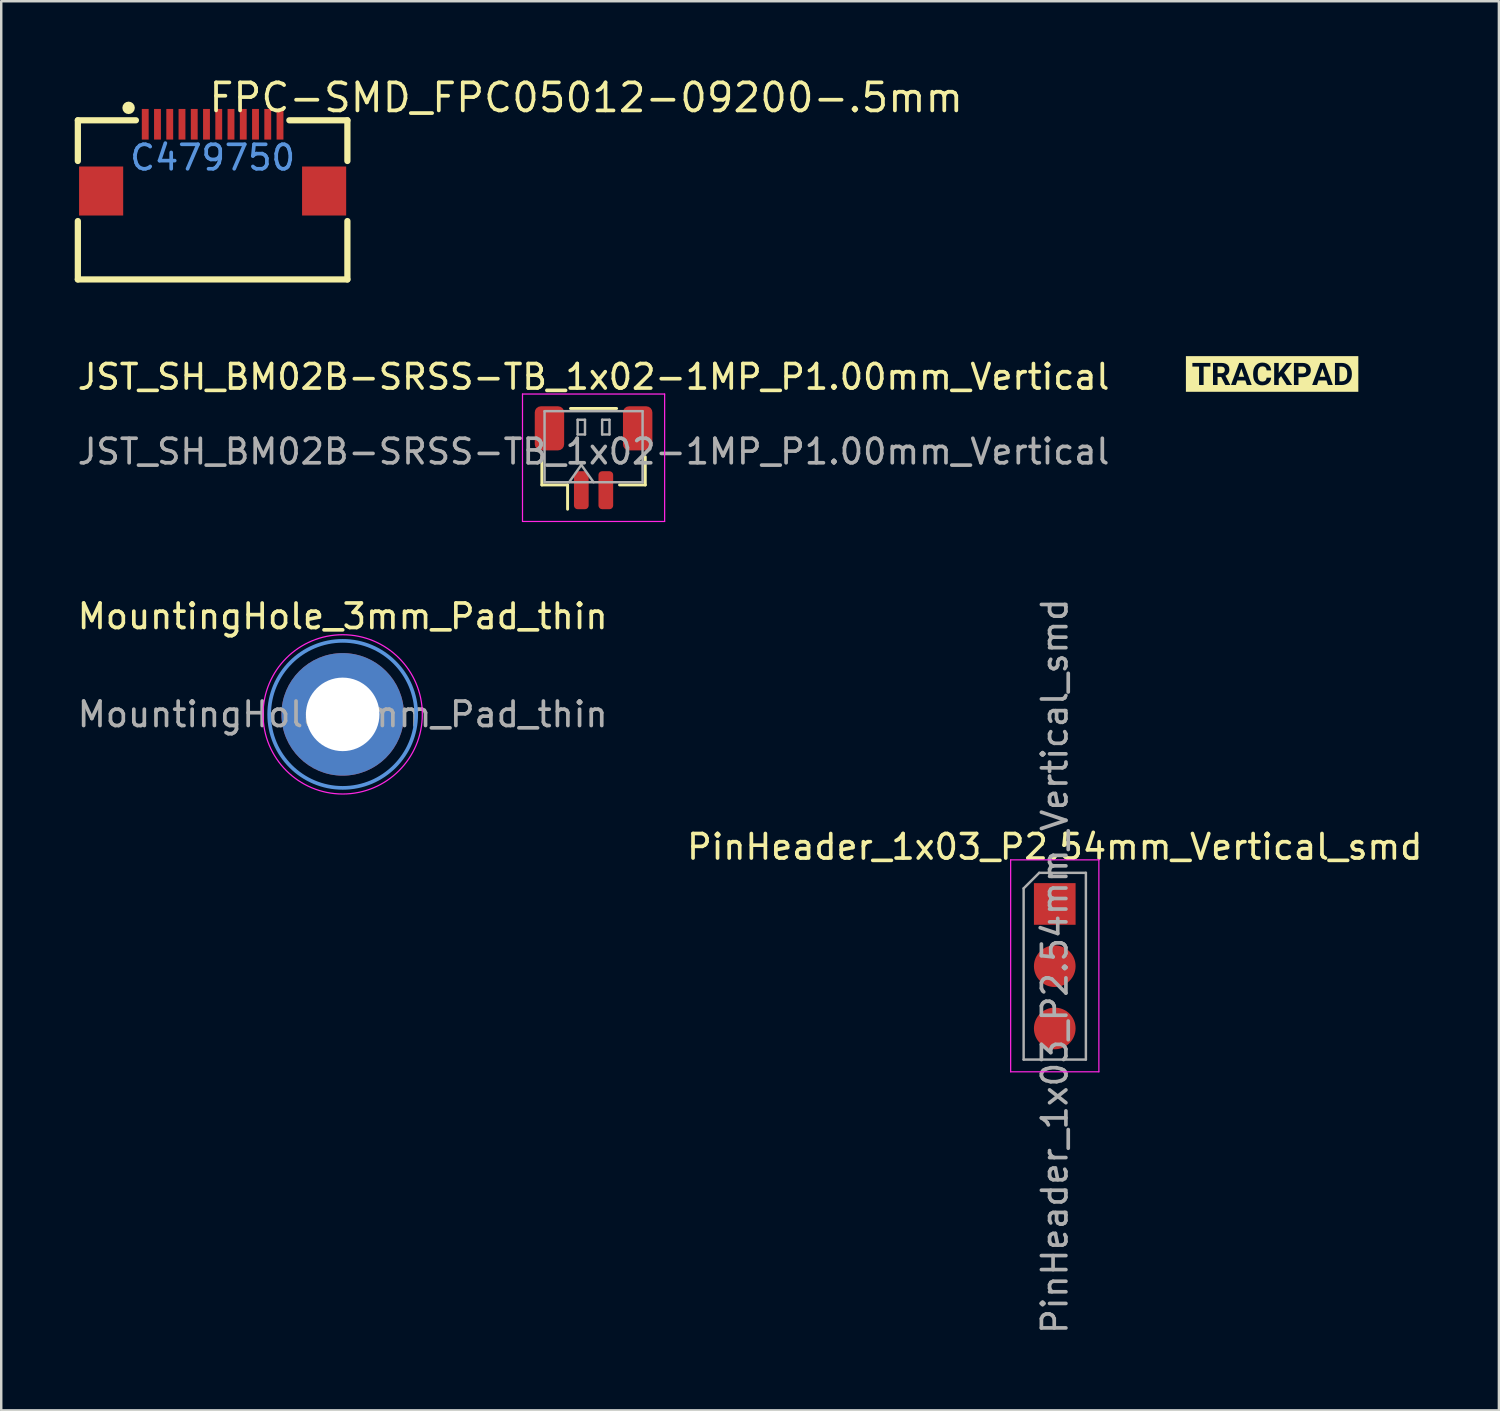
<source format=kicad_pcb>
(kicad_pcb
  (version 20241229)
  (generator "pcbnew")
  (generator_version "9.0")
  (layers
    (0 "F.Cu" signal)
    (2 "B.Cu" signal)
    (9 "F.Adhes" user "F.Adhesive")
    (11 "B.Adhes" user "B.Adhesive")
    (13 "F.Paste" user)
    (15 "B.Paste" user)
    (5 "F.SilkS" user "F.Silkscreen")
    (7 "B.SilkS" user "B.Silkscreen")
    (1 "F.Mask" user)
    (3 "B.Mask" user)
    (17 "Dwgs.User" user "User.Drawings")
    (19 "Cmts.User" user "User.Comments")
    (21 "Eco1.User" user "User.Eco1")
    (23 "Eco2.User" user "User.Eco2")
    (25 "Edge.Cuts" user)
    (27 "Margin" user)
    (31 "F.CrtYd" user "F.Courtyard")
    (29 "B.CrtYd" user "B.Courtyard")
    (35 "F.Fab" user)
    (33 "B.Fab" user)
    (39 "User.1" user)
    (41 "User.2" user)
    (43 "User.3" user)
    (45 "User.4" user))
  (footprint "JST_SH_BM02B-SRSS-TB_1x02-1MP_P1.00mm_Vertical"
    (layer "F.Cu")
    (at 21.173 15.63)
    (property "Reference" "JST_SH_BM02B-SRSS-TB_1x02-1MP_P1.00mm_Vertical" (at 0 -3.3 0) (layer "F.SilkS") (effects (font (size 1 1) (thickness 0.15))))
    (attr smd)
    (fp_line (start -2.11 -0.04) (end -2.11 1.11) (stroke (width 0.12) (type solid)) (layer "F.SilkS"))
    (fp_line (start -2.11 1.11) (end -1.06 1.11) (stroke (width 0.12) (type solid)) (layer "F.SilkS"))
    (fp_line (start -1.06 1.11) (end -1.06 2.1) (stroke (width 0.12) (type solid)) (layer "F.SilkS"))
    (fp_line (start -0.94 -2.01) (end 0.94 -2.01) (stroke (width 0.12) (type solid)) (layer "F.SilkS"))
    (fp_line (start 2.11 -0.04) (end 2.11 1.11) (stroke (width 0.12) (type solid)) (layer "F.SilkS"))
    (fp_line (start 2.11 1.11) (end 1.06 1.11) (stroke (width 0.12) (type solid)) (layer "F.SilkS"))
    (fp_line (start -2.9 -2.6) (end -2.9 2.6) (stroke (width 0.05) (type solid)) (layer "F.CrtYd"))
    (fp_line (start -2.9 2.6) (end 2.9 2.6) (stroke (width 0.05) (type solid)) (layer "F.CrtYd"))
    (fp_line (start 2.9 -2.6) (end -2.9 -2.6) (stroke (width 0.05) (type solid)) (layer "F.CrtYd"))
    (fp_line (start 2.9 2.6) (end 2.9 -2.6) (stroke (width 0.05) (type solid)) (layer "F.CrtYd"))
    (fp_line (start -2 -1.9) (end 2 -1.9) (stroke (width 0.1) (type solid)) (layer "F.Fab"))
    (fp_line (start -2 1) (end -2 -1.9) (stroke (width 0.1) (type solid)) (layer "F.Fab"))
    (fp_line (start -2 1) (end 2 1) (stroke (width 0.1) (type solid)) (layer "F.Fab"))
    (fp_line (start -1 1) (end -0.5 0.293) (stroke (width 0.1) (type solid)) (layer "F.Fab"))
    (fp_line (start -0.65 -1.55) (end -0.65 -0.95) (stroke (width 0.1) (type solid)) (layer "F.Fab"))
    (fp_line (start -0.65 -0.95) (end -0.35 -0.95) (stroke (width 0.1) (type solid)) (layer "F.Fab"))
    (fp_line (start -0.5 0.293) (end 0 1) (stroke (width 0.1) (type solid)) (layer "F.Fab"))
    (fp_line (start -0.35 -1.55) (end -0.65 -1.55) (stroke (width 0.1) (type solid)) (layer "F.Fab"))
    (fp_line (start -0.35 -0.95) (end -0.35 -1.55) (stroke (width 0.1) (type solid)) (layer "F.Fab"))
    (fp_line (start 0.35 -1.55) (end 0.35 -0.95) (stroke (width 0.1) (type solid)) (layer "F.Fab"))
    (fp_line (start 0.35 -0.95) (end 0.65 -0.95) (stroke (width 0.1) (type solid)) (layer "F.Fab"))
    (fp_line (start 0.65 -1.55) (end 0.35 -1.55) (stroke (width 0.1) (type solid)) (layer "F.Fab"))
    (fp_line (start 0.65 -0.95) (end 0.65 -1.55) (stroke (width 0.1) (type solid)) (layer "F.Fab"))
    (fp_line (start 2 1) (end 2 -1.9) (stroke (width 0.1) (type solid)) (layer "F.Fab"))
    (fp_text user "${REFERENCE}" (at 0 -0.25 0) (layer "F.Fab") (effects (font (size 1 1) (thickness 0.15))))
    (pad "1" smd roundrect (at -0.5 1.325 180) (size 0.6 1.55) (layers "F.Cu" "F.Mask" "F.Paste") (roundrect_rratio 0.25))
    (pad "2" smd roundrect (at 0.5 1.325 180) (size 0.6 1.55) (layers "F.Cu" "F.Mask" "F.Paste") (roundrect_rratio 0.25))
    (pad "MP" smd roundrect (at -1.8 -1.2 180) (size 1.2 1.8) (layers "F.Cu" "F.Mask" "F.Paste") (roundrect_rratio 0.208))
    (pad "MP" smd roundrect (at 1.8 -1.2 180) (size 1.2 1.8) (layers "F.Cu" "F.Mask" "F.Paste") (roundrect_rratio 0.208)))
  (footprint "PinHeader_1x03_P2.54mm_Vertical_smd"
    (layer "F.Cu")
    (at 39.994 33.84)
    (property "Reference" "PinHeader_1x03_P2.54mm_Vertical_smd" (at 0 -2.33 0) (layer "F.SilkS") (effects (font (size 1 1) (thickness 0.15))))
    (attr through_hole)
    (fp_line (start -1.8 -1.8) (end -1.8 6.85) (stroke (width 0.05) (type solid)) (layer "F.CrtYd"))
    (fp_line (start -1.8 6.85) (end 1.8 6.85) (stroke (width 0.05) (type solid)) (layer "F.CrtYd"))
    (fp_line (start 1.8 -1.8) (end -1.8 -1.8) (stroke (width 0.05) (type solid)) (layer "F.CrtYd"))
    (fp_line (start 1.8 6.85) (end 1.8 -1.8) (stroke (width 0.05) (type solid)) (layer "F.CrtYd"))
    (fp_line (start -1.27 -0.635) (end -0.635 -1.27) (stroke (width 0.1) (type solid)) (layer "F.Fab"))
    (fp_line (start -1.27 6.35) (end -1.27 -0.635) (stroke (width 0.1) (type solid)) (layer "F.Fab"))
    (fp_line (start -0.635 -1.27) (end 1.27 -1.27) (stroke (width 0.1) (type solid)) (layer "F.Fab"))
    (fp_line (start 1.27 -1.27) (end 1.27 6.35) (stroke (width 0.1) (type solid)) (layer "F.Fab"))
    (fp_line (start 1.27 6.35) (end -1.27 6.35) (stroke (width 0.1) (type solid)) (layer "F.Fab"))
    (fp_text user "${REFERENCE}" (at 0 2.54 90) (layer "F.Fab") (effects (font (size 1 1) (thickness 0.15))))
    (pad "1" smd rect (at 0 0) (size 1.7 1.7) (layers "F.Cu" "F.Mask" "F.Paste"))
    (pad "2" smd oval (at 0 2.54) (size 1.7 1.7) (layers "F.Cu" "F.Mask" "F.Paste"))
    (pad "3" smd oval (at 0 5.08) (size 1.7 1.7) (layers "F.Cu" "F.Mask" "F.Paste")))
  (footprint "FPC-SMD_FPC05012-09200-.5mm"
    (layer "F.Cu")
    (at 5.627 3.383)
    (property "Reference" "FPC-SMD_FPC05012-09200-.5mm" (at -0.232 -2.448 0) (layer "F.SilkS") (effects (font (size 1.143 1.143) (thickness 0.152)) (justify left)))
    (attr smd)
    (fp_line (start -5.5 -1.524) (end -3.131 -1.524) (stroke (width 0.254) (type solid)) (layer "F.SilkS"))
    (fp_line (start -5.5 0.137) (end -5.5 -1.524) (stroke (width 0.254) (type solid)) (layer "F.SilkS"))
    (fp_line (start -5.5 4.971) (end -5.5 2.588) (stroke (width 0.254) (type solid)) (layer "F.SilkS"))
    (fp_line (start 5.5 -1.524) (end 3.131 -1.524) (stroke (width 0.254) (type solid)) (layer "F.SilkS"))
    (fp_line (start 5.5 0.137) (end 5.5 -1.524) (stroke (width 0.254) (type solid)) (layer "F.SilkS"))
    (fp_line (start 5.5 4.971) (end -5.5 4.971) (stroke (width 0.254) (type solid)) (layer "F.SilkS"))
    (fp_line (start 5.5 4.971) (end 5.5 2.588) (stroke (width 0.254) (type solid)) (layer "F.SilkS"))
    (fp_circle (center -3.429 -2.032) (end -3.302 -2.032) (stroke (width 0.254) (type solid)) (fill no) (layer "F.SilkS"))
    (fp_text user "C479750" (at 0 0 0) (layer "Cmts.User") (effects (font (size 1 1) (thickness 0.15))))
    (pad "1" smd rect (at -2.75 -1.362) (size 0.28 1.25) (layers "F.Cu" "F.Mask" "F.Paste"))
    (pad "2" smd rect (at -2.25 -1.362) (size 0.28 1.25) (layers "F.Cu" "F.Mask" "F.Paste"))
    (pad "3" smd rect (at -1.75 -1.362) (size 0.28 1.25) (layers "F.Cu" "F.Mask" "F.Paste"))
    (pad "4" smd rect (at -1.25 -1.362) (size 0.28 1.25) (layers "F.Cu" "F.Mask" "F.Paste"))
    (pad "5" smd rect (at -0.75 -1.362) (size 0.28 1.25) (layers "F.Cu" "F.Mask" "F.Paste"))
    (pad "6" smd rect (at -0.25 -1.362) (size 0.28 1.25) (layers "F.Cu" "F.Mask" "F.Paste"))
    (pad "7" smd rect (at 0.25 -1.362) (size 0.28 1.25) (layers "F.Cu" "F.Mask" "F.Paste"))
    (pad "8" smd rect (at 0.75 -1.362) (size 0.28 1.25) (layers "F.Cu" "F.Mask" "F.Paste"))
    (pad "9" smd rect (at 1.25 -1.362) (size 0.28 1.25) (layers "F.Cu" "F.Mask" "F.Paste"))
    (pad "10" smd rect (at 1.75 -1.362) (size 0.28 1.25) (layers "F.Cu" "F.Mask" "F.Paste"))
    (pad "11" smd rect (at 2.25 -1.362) (size 0.28 1.25) (layers "F.Cu" "F.Mask" "F.Paste"))
    (pad "12" smd rect (at 2.75 -1.362) (size 0.28 1.25) (layers "F.Cu" "F.Mask" "F.Paste"))
    (pad "13" smd rect (at 4.55 1.362) (size 1.8 2) (layers "F.Cu" "F.Mask" "F.Paste"))
    (pad "14" smd rect (at -4.55 1.362) (size 1.8 2) (layers "F.Cu" "F.Mask" "F.Paste")))
  (footprint "kibuzzard-628E0199"
    (layer "F.Cu")
    (at 48.864 12.211)
    (property "Reference" "kibuzzard-628E0199" (at 0 -0.729 0) (layer "F.SilkS") (effects (font (size 0.001 0.001) (thickness 0.000003))))
    (attr board_only exclude_from_pos_files exclude_from_bom)
    (fp_poly (pts (xy -1.368 0.115) (xy -1.142 0.115) (xy -1.256 -0.223) (xy -1.368 0.115)) (stroke (width 0) (type solid)) (fill yes) (layer "F.SilkS"))
    (fp_poly (pts (xy 1.943 0.115) (xy 2.169 0.115) (xy 2.055 -0.223) (xy 1.943 0.115)) (stroke (width 0) (type solid)) (fill yes) (layer "F.SilkS"))
    (fp_poly (pts (xy -2.226 -0.03) (xy -2.076 -0.03) (xy -2.014 -0.039) (xy -1.968 -0.065) (xy -1.939 -0.108) (xy -1.929 -0.164) (xy -1.938 -0.221) (xy -1.965 -0.264) (xy -2.011 -0.292) (xy -2.077 -0.301) (xy -2.226 -0.301) (xy -2.226 -0.03)) (stroke (width 0) (type solid)) (fill yes) (layer "F.SilkS"))
    (fp_poly (pts (xy 1.076 -0.017) (xy 1.242 -0.017) (xy 1.307 -0.026) (xy 1.355 -0.052) (xy 1.384 -0.094) (xy 1.393 -0.151) (xy 1.384 -0.211) (xy 1.354 -0.259) (xy 1.308 -0.29) (xy 1.246 -0.301) (xy 1.076 -0.301) (xy 1.076 -0.017)) (stroke (width 0) (type solid)) (fill yes) (layer "F.SilkS"))
    (fp_poly (pts (xy 2.75 -0.301) (xy 2.75 0.302) (xy 2.84 0.302) (xy 2.936 0.284) (xy 3.006 0.231) (xy 3.039 0.176) (xy 3.058 0.108) (xy 3.065 0.027) (xy 3.065 -0.021) (xy 3.059 -0.105) (xy 3.04 -0.175) (xy 3.008 -0.23) (xy 2.938 -0.283) (xy 2.841 -0.301) (xy 2.75 -0.301)) (stroke (width 0) (type solid)) (fill yes) (layer "F.SilkS"))
    (fp_poly (pts (xy -3.254 -0.728) (xy -3.254 -0.451) (xy -2.518 -0.451) (xy -2.518 -0.301) (xy -2.795 -0.301) (xy -2.412 0.451) (xy -2.412 -0.451) (xy -2.077 -0.451) (xy -1.978 -0.444) (xy -1.896 -0.42) (xy -1.83 -0.38) (xy -1.782 -0.326) (xy -1.753 -0.259) (xy -1.743 -0.179) (xy -1.753 -0.094) (xy -1.783 -0.024) (xy -1.833 0.031) (xy -1.904 0.074) (xy -1.678 0.451) (xy -1.342 -0.451) (xy -1.17 -0.451) (xy -0.754 -0.189) (xy -0.729 -0.259) (xy -0.673 -0.346) (xy -0.597 -0.411) (xy -0.538 -0.44) (xy -0.472 -0.458) (xy -0.399 -0.464) (xy -0.302 -0.455) (xy -0.218 -0.427) (xy -0.148 -0.38) (xy -0.093 -0.317) (xy -0.056 -0.238) (xy -0.037 -0.145) (xy -0.223 -0.145) (xy -0.239 -0.221) (xy -0.272 -0.272) (xy -0.325 -0.301) (xy -0.399 -0.311) (xy -0.481 -0.295) (xy -0.539 -0.245) (xy -0.564 -0.192) (xy -0.58 -0.123) (xy -0.586 -0.038) (xy -0.586 0.03) (xy -0.581 0.119) (xy -0.566 0.191) (xy -0.542 0.244) (xy -0.485 0.295) (xy -0.402 0.312) (xy -0.327 0.302) (xy -0.273 0.273) (xy -0.24 0.222) (xy -0.224 0.151) (xy -0.038 0.151) (xy -0.055 0.241) (xy -0.091 0.317) (xy -0.146 0.38) (xy -0.218 0.427) (xy -0.303 0.455) (xy -0.402 0.464) (xy -0.484 0.457) (xy -0.557 0.435) (xy -0.621 0.398) (xy -0.675 0.347) (xy -0.719 0.283) (xy -0.75 0.208) (xy -0.768 0.123) (xy -0.775 0.026) (xy -0.775 -0.029) (xy -0.769 -0.113) (xy -0.754 -0.189) (xy -1.17 -0.451) (xy -0.832 0.451) (xy -1.029 0.451) (xy -1.092 0.265) (xy -1.418 0.265) (xy -1.48 0.451) (xy -1.678 0.451) (xy -1.904 0.074) (xy -1.709 0.443) (xy -1.709 0.451) (xy -1.909 0.451) (xy -2.078 0.121) (xy -2.226 0.121) (xy -2.226 0.451) (xy -2.412 0.451) (xy -2.795 -0.301) (xy -2.795 0.451) (xy -2.981 0.451) (xy -2.981 -0.301) (xy -3.254 -0.301) (xy -3.254 -0.451) (xy -3.254 -0.728) (xy -3.518 -0.728) (xy -3.518 0.728) (xy -3.254 0.728) (xy 3.254 0.728) (xy 0.82 0.451) (xy 0.598 0.451) (xy 0.366 0.089) (xy 0.27 0.193) (xy 0.27 0.451) (xy 0.084 0.451) (xy 0.084 -0.451) (xy 0.27 -0.451) (xy 0.27 -0.042) (xy 0.352 -0.154) (xy 0.582 -0.451) (xy 0.81 -0.451) (xy 0.49 -0.05) (xy 0.89 0.451) (xy 0.89 -0.451) (xy 1.242 -0.451) (xy 1.338 -0.442) (xy 1.421 -0.414) (xy 1.489 -0.369) (xy 1.54 -0.309) (xy 1.571 -0.235) (xy 1.581 -0.153) (xy 1.571 -0.07) (xy 1.541 -0.001) (xy 1.49 0.057) (xy 1.422 0.099) (xy 1.338 0.125) (xy 1.239 0.133) (xy 1.076 0.133) (xy 1.076 0.451) (xy 0.89 0.451) (xy 0.49 -0.05) (xy 0.82 0.451) (xy 3.254 0.728) (xy 3.518 0.728) (xy 2.479 0.451) (xy 2.281 0.451) (xy 2.219 0.265) (xy 1.893 0.265) (xy 1.831 0.451) (xy 1.633 0.451) (xy 1.969 -0.451) (xy 2.141 -0.451) (xy 2.479 0.451) (xy 3.518 0.728) (xy 3.518 -0.728) (xy 3.161 -0.306) (xy 3.201 -0.245) (xy 3.23 -0.176) (xy 3.248 -0.101) (xy 3.254 -0.02) (xy 3.254 0.021) (xy 3.248 0.102) (xy 3.231 0.177) (xy 3.202 0.245) (xy 3.163 0.305) (xy 3.114 0.356) (xy 3.056 0.397) (xy 2.99 0.427) (xy 2.92 0.445) (xy 2.843 0.451) (xy 2.564 0.451) (xy 2.564 -0.451) (xy 2.841 -0.451) (xy 2.918 -0.445) (xy 2.989 -0.428) (xy 3.054 -0.398) (xy 3.112 -0.357) (xy 3.161 -0.306) (xy 3.518 -0.728) (xy 3.254 -0.728) (xy -3.254 -0.728)) (stroke (width 0) (type solid)) (fill yes) (layer "F.SilkS")))
  (footprint "MountingHole_3mm_Pad_thin"
    (layer "F.Cu")
    (at 10.935 26.103)
    (property "Reference" "MountingHole_3mm_Pad_thin" (at 0 -4 0) (layer "F.SilkS") (effects (font (size 1 1) (thickness 0.15))))
    (attr exclude_from_pos_files)
    (fp_circle (center 0 0) (end 3 0) (stroke (width 0.15) (type solid)) (fill no) (layer "Cmts.User"))
    (fp_circle (center 0 0) (end 3.25 0) (stroke (width 0.05) (type solid)) (fill no) (layer "F.CrtYd"))
    (fp_text user "${REFERENCE}" (at 0 0 0) (layer "F.Fab") (effects (font (size 1 1) (thickness 0.15))))
    (pad "1" thru_hole circle (at 0 0) (size 5 5) (drill 3) (layers "*.Cu" "*.Mask")))
  (gr_rect
    (start -3 -3)
    (end 58.119 54.505)
    (stroke (width 0.1) (type default))
    (fill no)
    (layer "Edge.Cuts")))
</source>
